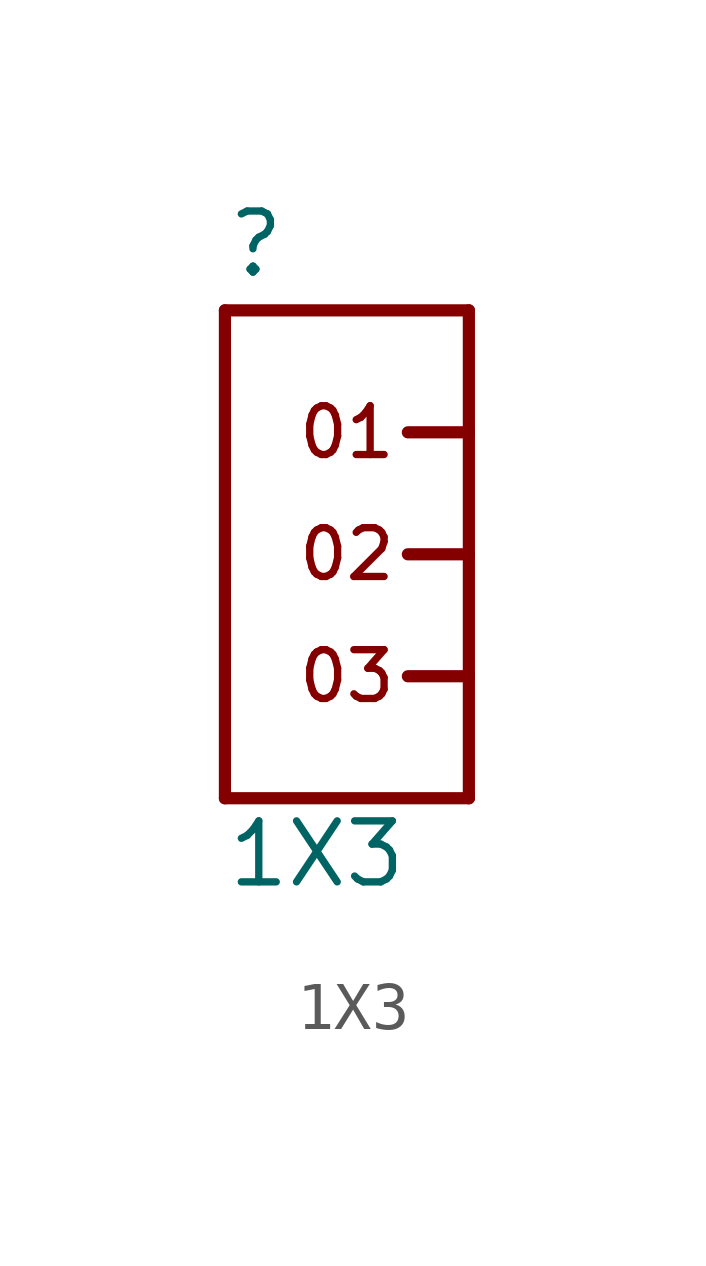
<source format=kicad_sym>
(kicad_symbol_lib
  (version 20211014)
  (generator kicad_symbol_editor)
  (symbol "1X3"
    (property "Reference" ""
      (at -2.54 5.715 0)
      (effects (font (size 1.27 1.27)) (justify left bottom)))
    (property "Value" "1X3"
      (at -2.54 -6.985 0)
      (effects (font (size 1.27 1.27)) (justify left bottom)))
    (property "ki_locked" ""
      (at 0 0 0)
      (effects (font (size 1.27 1.27))))
    (symbol "1X3_1_0"
      (polyline (pts (xy -2.54 -5.08) (xy 2.54 -5.08)) (stroke (width 0.254) (type default) (color 0 0 0 0)) (fill (type none)))
      (polyline (pts (xy -2.54 5.08) (xy -2.54 -5.08)) (stroke (width 0.254) (type default) (color 0 0 0 0)) (fill (type none)))
      (polyline (pts (xy -2.54 5.08) (xy 2.54 5.08)) (stroke (width 0.254) (type default) (color 0 0 0 0)) (fill (type none)))
      (polyline (pts (xy 1.27 -2.54) (xy 2.54 -2.54)) (stroke (width 0.254) (type default) (color 0 0 0 0)) (fill (type none)))
      (polyline (pts (xy 1.27 0) (xy 2.54 0)) (stroke (width 0.254) (type default) (color 0 0 0 0)) (fill (type none)))
      (polyline (pts (xy 1.27 2.54) (xy 2.54 2.54)) (stroke (width 0.254) (type default) (color 0 0 0 0)) (fill (type none)))
      (polyline (pts (xy 2.54 -5.08) (xy 2.54 -2.54)) (stroke (width 0.254) (type default) (color 0 0 0 0)) (fill (type none)))
      (polyline (pts (xy 2.54 -2.54) (xy 2.54 0)) (stroke (width 0.254) (type default) (color 0 0 0 0)) (fill (type none)))
      (polyline (pts (xy 2.54 0) (xy 2.54 2.54)) (stroke (width 0.254) (type default) (color 0 0 0 0)) (fill (type none)))
      (polyline (pts (xy 2.54 2.54) (xy 2.54 5.08)) (stroke (width 0.254) (type default) (color 0 0 0 0)) (fill (type none)))
      (text "01" (at 0 2.54 0) (effects (font (size 1.016 1.016))))
      (text "02" (at 0 0 0) (effects (font (size 1.016 1.016))))
      (text "03" (at 0 -2.54 0) (effects (font (size 1.016 1.016))))
      (pin bidirectional line (at 2.54 2.54 180) (length 0) (name "1" (effects (font (size 0 0)))) (number "1" (effects (font (size 0 0)))))
      (pin bidirectional line (at 2.54 0 180) (length 0) (name "2" (effects (font (size 0 0)))) (number "2" (effects (font (size 0 0)))))
      (pin bidirectional line (at 2.54 -2.54 180) (length 0) (name "3" (effects (font (size 0 0)))) (number "3" (effects (font (size 0 0))))))))
</source>
